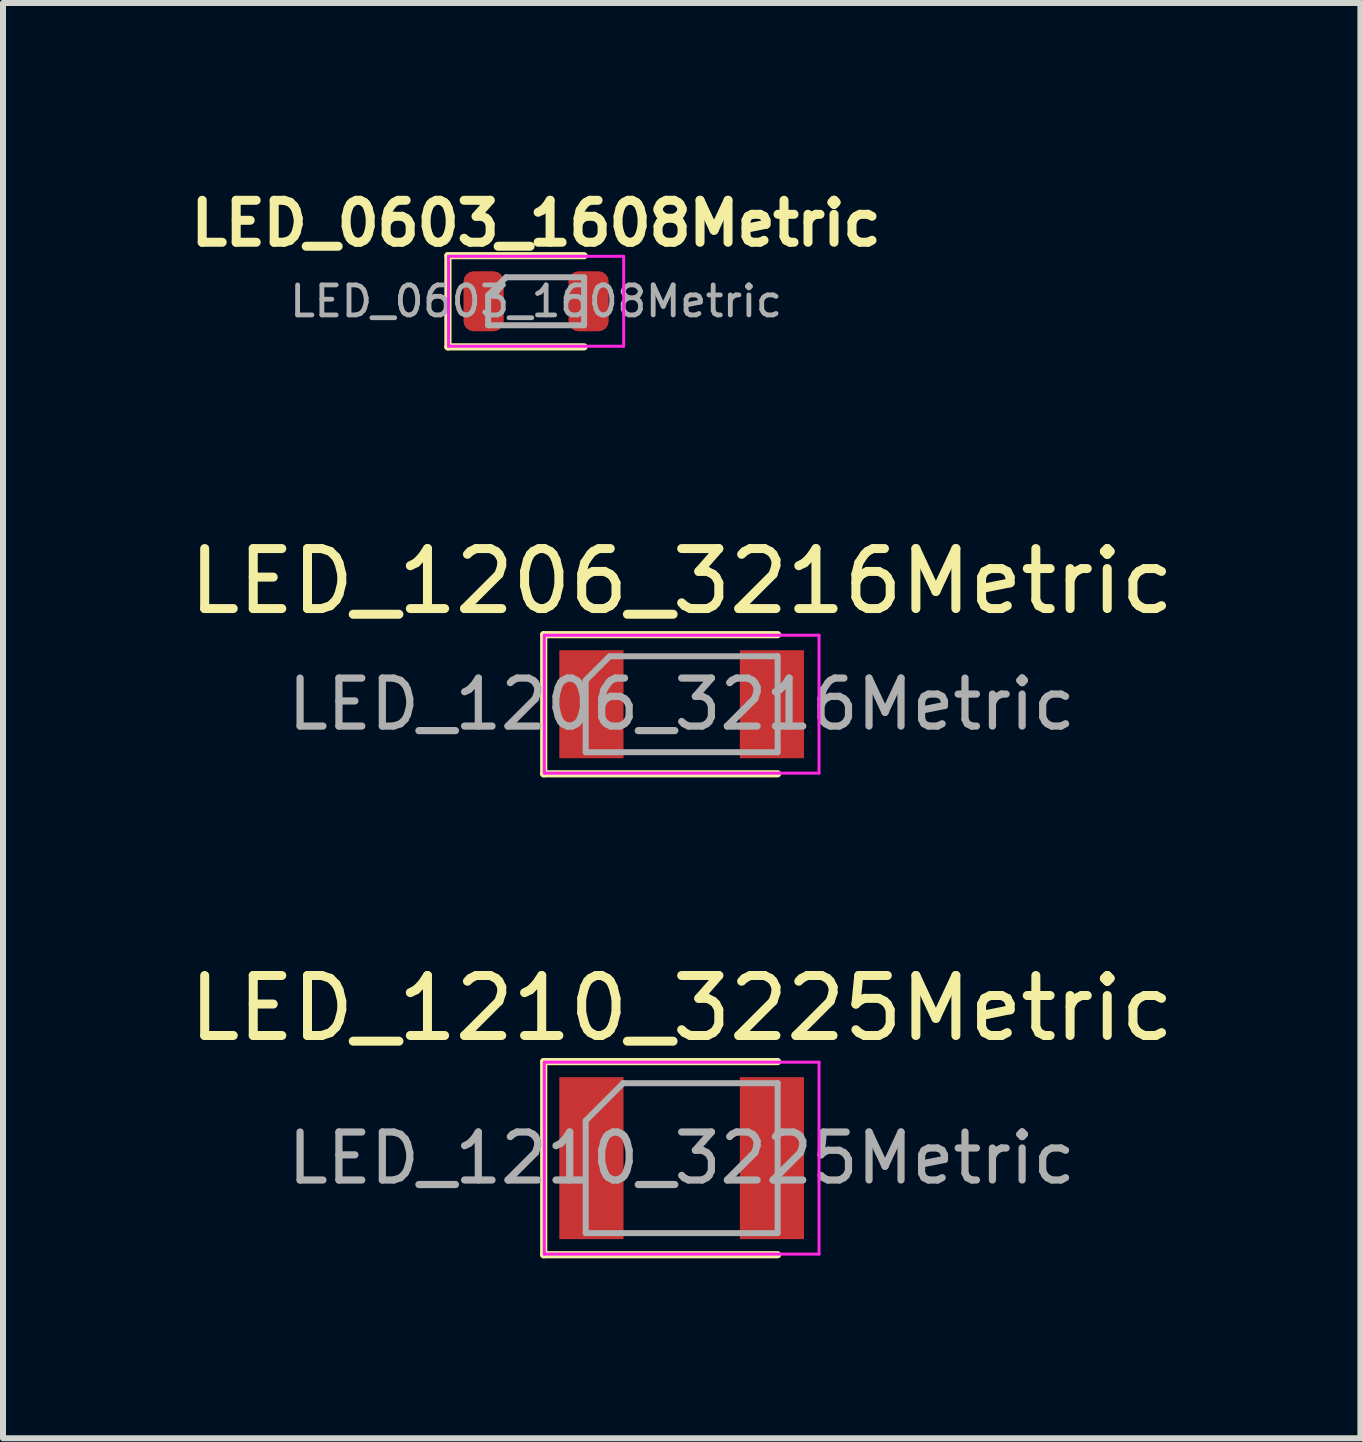
<source format=kicad_pcb>
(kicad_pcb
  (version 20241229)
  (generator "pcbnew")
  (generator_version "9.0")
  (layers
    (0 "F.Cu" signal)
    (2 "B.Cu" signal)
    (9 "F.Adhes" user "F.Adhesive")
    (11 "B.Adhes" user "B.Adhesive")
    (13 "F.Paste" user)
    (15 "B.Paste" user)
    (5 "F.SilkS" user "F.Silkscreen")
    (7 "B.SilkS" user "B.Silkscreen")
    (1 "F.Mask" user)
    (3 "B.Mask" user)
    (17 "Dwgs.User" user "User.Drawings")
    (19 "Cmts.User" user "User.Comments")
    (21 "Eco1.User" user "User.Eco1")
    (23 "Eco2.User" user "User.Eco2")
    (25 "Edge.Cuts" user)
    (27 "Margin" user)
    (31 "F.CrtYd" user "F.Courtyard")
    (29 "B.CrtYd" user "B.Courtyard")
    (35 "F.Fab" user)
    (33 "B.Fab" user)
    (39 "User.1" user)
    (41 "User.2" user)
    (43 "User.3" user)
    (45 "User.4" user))
  (footprint "LED_0603_1608Metric"
    (layer "F.Cu")
    (at 5.888 1.973)
    (property "Reference" "LED_0603_1608Metric" (at 0 -1.3 0) (layer "F.SilkS") (effects (font (size 0.7 0.7) (thickness 0.15))))
    (attr smd)
    (fp_line (start -1.47 -0.76) (end -1.47 0.76) (stroke (width 0.12) (type solid)) (layer "F.SilkS"))
    (fp_line (start -1.47 0.76) (end 0.8 0.76) (stroke (width 0.12) (type solid)) (layer "F.SilkS"))
    (fp_line (start 0.8 -0.76) (end -1.47 -0.76) (stroke (width 0.12) (type solid)) (layer "F.SilkS"))
    (fp_line (start -1.46 -0.75) (end 1.46 -0.75) (stroke (width 0.05) (type solid)) (layer "F.CrtYd"))
    (fp_line (start -1.46 0.75) (end -1.46 -0.75) (stroke (width 0.05) (type solid)) (layer "F.CrtYd"))
    (fp_line (start 1.46 -0.75) (end 1.46 0.75) (stroke (width 0.05) (type solid)) (layer "F.CrtYd"))
    (fp_line (start 1.46 0.75) (end -1.46 0.75) (stroke (width 0.05) (type solid)) (layer "F.CrtYd"))
    (fp_line (start -0.8 -0.1) (end -0.8 0.4) (stroke (width 0.1) (type solid)) (layer "F.Fab"))
    (fp_line (start -0.8 0.4) (end 0.8 0.4) (stroke (width 0.1) (type solid)) (layer "F.Fab"))
    (fp_line (start -0.5 -0.4) (end -0.8 -0.1) (stroke (width 0.1) (type solid)) (layer "F.Fab"))
    (fp_line (start 0.8 -0.4) (end -0.5 -0.4) (stroke (width 0.1) (type solid)) (layer "F.Fab"))
    (fp_line (start 0.8 0.4) (end 0.8 -0.4) (stroke (width 0.1) (type solid)) (layer "F.Fab"))
    (fp_text user "${REFERENCE}" (at 0 0 0) (layer "F.Fab") (effects (font (size 0.5 0.5) (thickness 0.08))))
    (pad "1" smd roundrect (at -0.875 0) (size 0.67 1) (layers "F.Cu" "F.Mask" "F.Paste") (roundrect_rratio 0.25))
    (pad "2" smd roundrect (at 0.875 0) (size 0.67 1) (layers "F.Cu" "F.Mask" "F.Paste") (roundrect_rratio 0.25)))
  (footprint "LED_1206_3216Metric"
    (layer "F.Cu")
    (at 8.315 8.691)
    (property "Reference" "LED_1206_3216Metric" (at 0 -2.05 0) (layer "F.SilkS") (effects (font (size 1 1) (thickness 0.15))))
    (attr smd)
    (fp_line (start -2.3 -1.16) (end -2.3 1.16) (stroke (width 0.12) (type solid)) (layer "F.SilkS"))
    (fp_line (start -2.3 1.16) (end 1.6 1.16) (stroke (width 0.12) (type solid)) (layer "F.SilkS"))
    (fp_line (start 1.6 -1.16) (end -2.3 -1.16) (stroke (width 0.12) (type solid)) (layer "F.SilkS"))
    (fp_line (start -2.29 -1.15) (end 2.29 -1.15) (stroke (width 0.05) (type solid)) (layer "F.CrtYd"))
    (fp_line (start -2.29 1.15) (end -2.29 -1.15) (stroke (width 0.05) (type solid)) (layer "F.CrtYd"))
    (fp_line (start 2.29 -1.15) (end 2.29 1.15) (stroke (width 0.05) (type solid)) (layer "F.CrtYd"))
    (fp_line (start 2.29 1.15) (end -2.29 1.15) (stroke (width 0.05) (type solid)) (layer "F.CrtYd"))
    (fp_line (start -1.6 -0.4) (end -1.6 0.8) (stroke (width 0.1) (type solid)) (layer "F.Fab"))
    (fp_line (start -1.6 0.8) (end 1.6 0.8) (stroke (width 0.1) (type solid)) (layer "F.Fab"))
    (fp_line (start -1.2 -0.8) (end -1.6 -0.4) (stroke (width 0.1) (type solid)) (layer "F.Fab"))
    (fp_line (start 1.6 -0.8) (end -1.2 -0.8) (stroke (width 0.1) (type solid)) (layer "F.Fab"))
    (fp_line (start 1.6 0.8) (end 1.6 -0.8) (stroke (width 0.1) (type solid)) (layer "F.Fab"))
    (fp_text user "${REFERENCE}" (at 0 0 0) (layer "F.Fab") (effects (font (size 0.8 0.8) (thickness 0.12))))
    (pad "1" smd rect (at -1.505 0) (size 1.07 1.8) (layers "F.Cu" "F.Mask" "F.Paste"))
    (pad "2" smd rect (at 1.505 0) (size 1.07 1.8) (layers "F.Cu" "F.Mask" "F.Paste")))
  (footprint "LED_1210_3225Metric"
    (layer "F.Cu")
    (at 8.315 16.259)
    (property "Reference" "LED_1210_3225Metric" (at 0 -2.5 0) (layer "F.SilkS") (effects (font (size 1 1) (thickness 0.15))))
    (attr smd)
    (fp_line (start -2.3 -1.61) (end -2.3 1.61) (stroke (width 0.12) (type solid)) (layer "F.SilkS"))
    (fp_line (start -2.3 1.61) (end 1.6 1.61) (stroke (width 0.12) (type solid)) (layer "F.SilkS"))
    (fp_line (start 1.6 -1.61) (end -2.3 -1.61) (stroke (width 0.12) (type solid)) (layer "F.SilkS"))
    (fp_line (start -2.29 -1.6) (end 2.29 -1.6) (stroke (width 0.05) (type solid)) (layer "F.CrtYd"))
    (fp_line (start -2.29 1.6) (end -2.29 -1.6) (stroke (width 0.05) (type solid)) (layer "F.CrtYd"))
    (fp_line (start 2.29 -1.6) (end 2.29 1.6) (stroke (width 0.05) (type solid)) (layer "F.CrtYd"))
    (fp_line (start 2.29 1.6) (end -2.29 1.6) (stroke (width 0.05) (type solid)) (layer "F.CrtYd"))
    (fp_line (start -1.6 -0.625) (end -1.6 1.25) (stroke (width 0.1) (type solid)) (layer "F.Fab"))
    (fp_line (start -1.6 1.25) (end 1.6 1.25) (stroke (width 0.1) (type solid)) (layer "F.Fab"))
    (fp_line (start -0.975 -1.25) (end -1.6 -0.625) (stroke (width 0.1) (type solid)) (layer "F.Fab"))
    (fp_line (start 1.6 -1.25) (end -0.975 -1.25) (stroke (width 0.1) (type solid)) (layer "F.Fab"))
    (fp_line (start 1.6 1.25) (end 1.6 -1.25) (stroke (width 0.1) (type solid)) (layer "F.Fab"))
    (fp_text user "${REFERENCE}" (at 0 0 0) (layer "F.Fab") (effects (font (size 0.8 0.8) (thickness 0.12))))
    (pad "1" smd rect (at -1.505 0) (size 1.07 2.7) (layers "F.Cu" "F.Mask" "F.Paste"))
    (pad "2" smd rect (at 1.505 0) (size 1.07 2.7) (layers "F.Cu" "F.Mask" "F.Paste")))
  (gr_rect
    (start -3 -3)
    (end 19.631 20.929)
    (stroke (width 0.1) (type default))
    (fill no)
    (layer "Edge.Cuts")))
</source>
